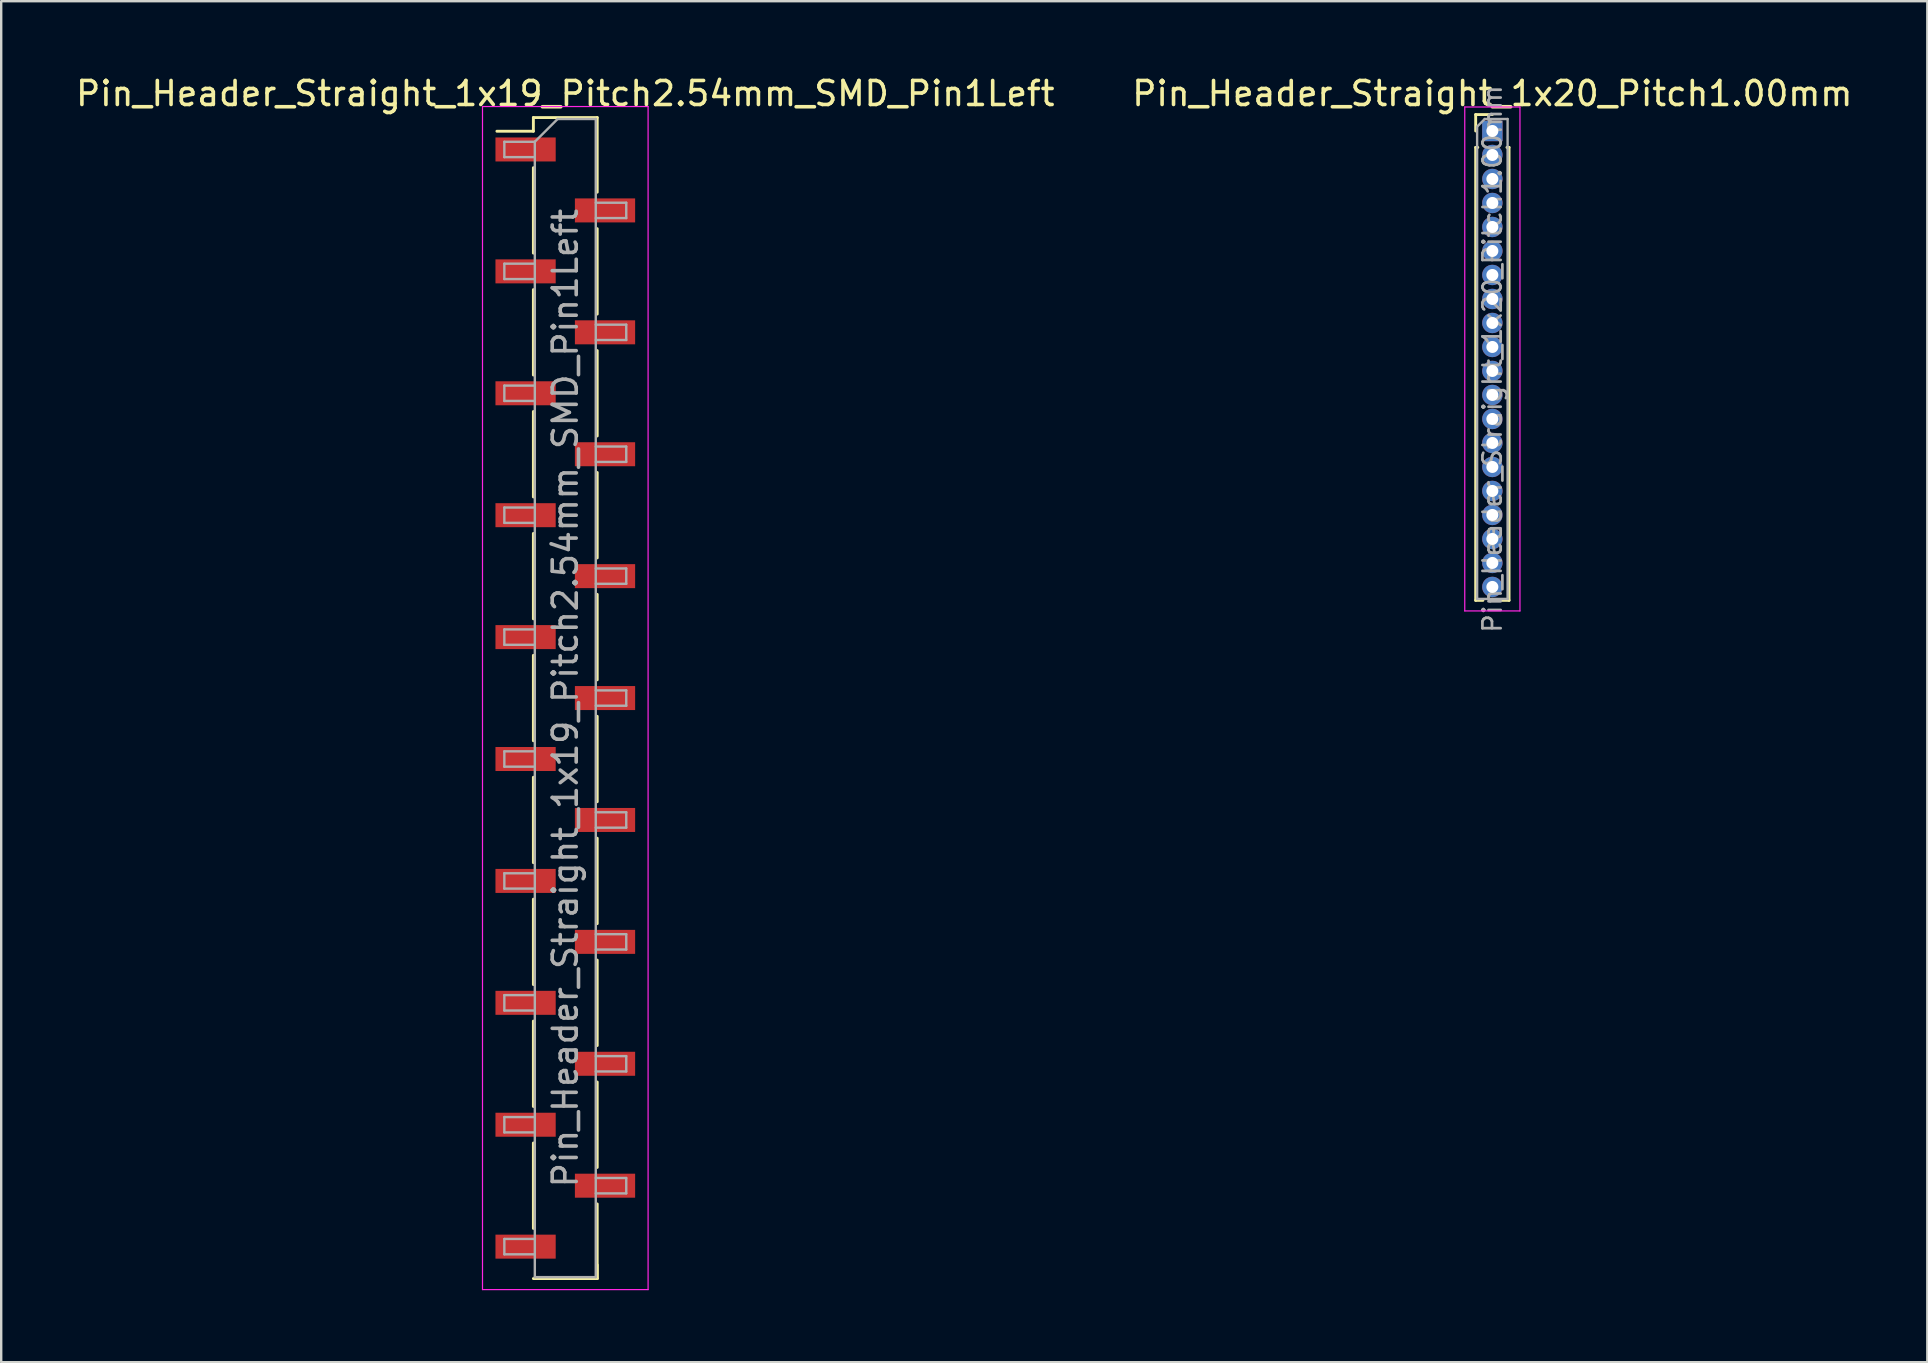
<source format=kicad_pcb>
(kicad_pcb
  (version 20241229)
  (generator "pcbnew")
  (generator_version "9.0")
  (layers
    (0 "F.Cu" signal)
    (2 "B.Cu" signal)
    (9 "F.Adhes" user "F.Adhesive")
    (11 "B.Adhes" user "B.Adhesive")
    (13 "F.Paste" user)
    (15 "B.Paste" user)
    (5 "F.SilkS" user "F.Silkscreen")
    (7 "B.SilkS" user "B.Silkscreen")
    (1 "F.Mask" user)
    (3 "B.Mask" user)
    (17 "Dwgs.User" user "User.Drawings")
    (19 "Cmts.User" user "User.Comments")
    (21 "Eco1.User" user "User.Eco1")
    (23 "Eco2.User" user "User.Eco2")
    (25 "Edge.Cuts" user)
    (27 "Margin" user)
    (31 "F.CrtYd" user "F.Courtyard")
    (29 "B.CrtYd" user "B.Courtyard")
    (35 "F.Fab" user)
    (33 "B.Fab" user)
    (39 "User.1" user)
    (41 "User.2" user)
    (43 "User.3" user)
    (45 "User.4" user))
  (footprint "Pin_Header_Straight_1x19_Pitch2.54mm_SMD_Pin1Left"
    (layer "F.Cu")
    (at 20.506 26.038)
    (property "Reference" "Pin_Header_Straight_1x19_Pitch2.54mm_SMD_Pin1Left" (at 0 -25.19 0) (layer "F.SilkS") (effects (font (size 1 1) (thickness 0.15))))
    (attr smd)
    (fp_line (start -1.33 -24.19) (end -1.33 -23.62) (stroke (width 0.12) (type solid)) (layer "F.SilkS"))
    (fp_line (start -1.33 -24.19) (end 1.33 -24.19) (stroke (width 0.12) (type solid)) (layer "F.SilkS"))
    (fp_line (start -1.33 -23.62) (end -2.85 -23.62) (stroke (width 0.12) (type solid)) (layer "F.SilkS"))
    (fp_line (start -1.33 -22.1) (end -1.33 -18.54) (stroke (width 0.12) (type solid)) (layer "F.SilkS"))
    (fp_line (start -1.33 -17.02) (end -1.33 -13.46) (stroke (width 0.12) (type solid)) (layer "F.SilkS"))
    (fp_line (start -1.33 -11.94) (end -1.33 -8.38) (stroke (width 0.12) (type solid)) (layer "F.SilkS"))
    (fp_line (start -1.33 -6.86) (end -1.33 -3.3) (stroke (width 0.12) (type solid)) (layer "F.SilkS"))
    (fp_line (start -1.33 -1.78) (end -1.33 1.78) (stroke (width 0.12) (type solid)) (layer "F.SilkS"))
    (fp_line (start -1.33 3.3) (end -1.33 6.86) (stroke (width 0.12) (type solid)) (layer "F.SilkS"))
    (fp_line (start -1.33 8.38) (end -1.33 11.94) (stroke (width 0.12) (type solid)) (layer "F.SilkS"))
    (fp_line (start -1.33 13.46) (end -1.33 17.02) (stroke (width 0.12) (type solid)) (layer "F.SilkS"))
    (fp_line (start -1.33 18.54) (end -1.33 22.1) (stroke (width 0.12) (type solid)) (layer "F.SilkS"))
    (fp_line (start -1.33 24.19) (end 1.33 24.19) (stroke (width 0.12) (type solid)) (layer "F.SilkS"))
    (fp_line (start 1.33 -24.19) (end 1.33 -21.08) (stroke (width 0.12) (type solid)) (layer "F.SilkS"))
    (fp_line (start 1.33 -19.56) (end 1.33 -16) (stroke (width 0.12) (type solid)) (layer "F.SilkS"))
    (fp_line (start 1.33 -14.48) (end 1.33 -10.92) (stroke (width 0.12) (type solid)) (layer "F.SilkS"))
    (fp_line (start 1.33 -9.4) (end 1.33 -5.84) (stroke (width 0.12) (type solid)) (layer "F.SilkS"))
    (fp_line (start 1.33 -4.32) (end 1.33 -0.76) (stroke (width 0.12) (type solid)) (layer "F.SilkS"))
    (fp_line (start 1.33 0.76) (end 1.33 4.32) (stroke (width 0.12) (type solid)) (layer "F.SilkS"))
    (fp_line (start 1.33 5.84) (end 1.33 9.4) (stroke (width 0.12) (type solid)) (layer "F.SilkS"))
    (fp_line (start 1.33 10.92) (end 1.33 14.48) (stroke (width 0.12) (type solid)) (layer "F.SilkS"))
    (fp_line (start 1.33 16) (end 1.33 19.56) (stroke (width 0.12) (type solid)) (layer "F.SilkS"))
    (fp_line (start 1.33 21.08) (end 1.33 24.19) (stroke (width 0.12) (type solid)) (layer "F.SilkS"))
    (fp_line (start 1.33 23.62) (end 1.33 24.19) (stroke (width 0.12) (type solid)) (layer "F.SilkS"))
    (fp_line (start -3.45 -24.65) (end -3.45 24.65) (stroke (width 0.05) (type solid)) (layer "F.CrtYd"))
    (fp_line (start -3.45 24.65) (end 3.45 24.65) (stroke (width 0.05) (type solid)) (layer "F.CrtYd"))
    (fp_line (start 3.45 -24.65) (end -3.45 -24.65) (stroke (width 0.05) (type solid)) (layer "F.CrtYd"))
    (fp_line (start 3.45 24.65) (end 3.45 -24.65) (stroke (width 0.05) (type solid)) (layer "F.CrtYd"))
    (fp_line (start -2.54 -23.18) (end -2.54 -22.54) (stroke (width 0.1) (type solid)) (layer "F.Fab"))
    (fp_line (start -2.54 -22.54) (end -1.27 -22.54) (stroke (width 0.1) (type solid)) (layer "F.Fab"))
    (fp_line (start -2.54 -18.1) (end -2.54 -17.46) (stroke (width 0.1) (type solid)) (layer "F.Fab"))
    (fp_line (start -2.54 -17.46) (end -1.27 -17.46) (stroke (width 0.1) (type solid)) (layer "F.Fab"))
    (fp_line (start -2.54 -13.02) (end -2.54 -12.38) (stroke (width 0.1) (type solid)) (layer "F.Fab"))
    (fp_line (start -2.54 -12.38) (end -1.27 -12.38) (stroke (width 0.1) (type solid)) (layer "F.Fab"))
    (fp_line (start -2.54 -7.94) (end -2.54 -7.3) (stroke (width 0.1) (type solid)) (layer "F.Fab"))
    (fp_line (start -2.54 -7.3) (end -1.27 -7.3) (stroke (width 0.1) (type solid)) (layer "F.Fab"))
    (fp_line (start -2.54 -2.86) (end -2.54 -2.22) (stroke (width 0.1) (type solid)) (layer "F.Fab"))
    (fp_line (start -2.54 -2.22) (end -1.27 -2.22) (stroke (width 0.1) (type solid)) (layer "F.Fab"))
    (fp_line (start -2.54 2.22) (end -2.54 2.86) (stroke (width 0.1) (type solid)) (layer "F.Fab"))
    (fp_line (start -2.54 2.86) (end -1.27 2.86) (stroke (width 0.1) (type solid)) (layer "F.Fab"))
    (fp_line (start -2.54 7.3) (end -2.54 7.94) (stroke (width 0.1) (type solid)) (layer "F.Fab"))
    (fp_line (start -2.54 7.94) (end -1.27 7.94) (stroke (width 0.1) (type solid)) (layer "F.Fab"))
    (fp_line (start -2.54 12.38) (end -2.54 13.02) (stroke (width 0.1) (type solid)) (layer "F.Fab"))
    (fp_line (start -2.54 13.02) (end -1.27 13.02) (stroke (width 0.1) (type solid)) (layer "F.Fab"))
    (fp_line (start -2.54 17.46) (end -2.54 18.1) (stroke (width 0.1) (type solid)) (layer "F.Fab"))
    (fp_line (start -2.54 18.1) (end -1.27 18.1) (stroke (width 0.1) (type solid)) (layer "F.Fab"))
    (fp_line (start -2.54 22.54) (end -2.54 23.18) (stroke (width 0.1) (type solid)) (layer "F.Fab"))
    (fp_line (start -2.54 23.18) (end -1.27 23.18) (stroke (width 0.1) (type solid)) (layer "F.Fab"))
    (fp_line (start -1.27 -23.18) (end -2.54 -23.18) (stroke (width 0.1) (type solid)) (layer "F.Fab"))
    (fp_line (start -1.27 -23.18) (end -0.32 -24.13) (stroke (width 0.1) (type solid)) (layer "F.Fab"))
    (fp_line (start -1.27 -18.1) (end -2.54 -18.1) (stroke (width 0.1) (type solid)) (layer "F.Fab"))
    (fp_line (start -1.27 -13.02) (end -2.54 -13.02) (stroke (width 0.1) (type solid)) (layer "F.Fab"))
    (fp_line (start -1.27 -7.94) (end -2.54 -7.94) (stroke (width 0.1) (type solid)) (layer "F.Fab"))
    (fp_line (start -1.27 -2.86) (end -2.54 -2.86) (stroke (width 0.1) (type solid)) (layer "F.Fab"))
    (fp_line (start -1.27 2.22) (end -2.54 2.22) (stroke (width 0.1) (type solid)) (layer "F.Fab"))
    (fp_line (start -1.27 7.3) (end -2.54 7.3) (stroke (width 0.1) (type solid)) (layer "F.Fab"))
    (fp_line (start -1.27 12.38) (end -2.54 12.38) (stroke (width 0.1) (type solid)) (layer "F.Fab"))
    (fp_line (start -1.27 17.46) (end -2.54 17.46) (stroke (width 0.1) (type solid)) (layer "F.Fab"))
    (fp_line (start -1.27 22.54) (end -2.54 22.54) (stroke (width 0.1) (type solid)) (layer "F.Fab"))
    (fp_line (start -1.27 24.13) (end -1.27 -23.18) (stroke (width 0.1) (type solid)) (layer "F.Fab"))
    (fp_line (start -0.32 -24.13) (end 1.27 -24.13) (stroke (width 0.1) (type solid)) (layer "F.Fab"))
    (fp_line (start 1.27 -24.13) (end 1.27 24.13) (stroke (width 0.1) (type solid)) (layer "F.Fab"))
    (fp_line (start 1.27 -20.64) (end 2.54 -20.64) (stroke (width 0.1) (type solid)) (layer "F.Fab"))
    (fp_line (start 1.27 -15.56) (end 2.54 -15.56) (stroke (width 0.1) (type solid)) (layer "F.Fab"))
    (fp_line (start 1.27 -10.48) (end 2.54 -10.48) (stroke (width 0.1) (type solid)) (layer "F.Fab"))
    (fp_line (start 1.27 -5.4) (end 2.54 -5.4) (stroke (width 0.1) (type solid)) (layer "F.Fab"))
    (fp_line (start 1.27 -0.32) (end 2.54 -0.32) (stroke (width 0.1) (type solid)) (layer "F.Fab"))
    (fp_line (start 1.27 4.76) (end 2.54 4.76) (stroke (width 0.1) (type solid)) (layer "F.Fab"))
    (fp_line (start 1.27 9.84) (end 2.54 9.84) (stroke (width 0.1) (type solid)) (layer "F.Fab"))
    (fp_line (start 1.27 14.92) (end 2.54 14.92) (stroke (width 0.1) (type solid)) (layer "F.Fab"))
    (fp_line (start 1.27 20) (end 2.54 20) (stroke (width 0.1) (type solid)) (layer "F.Fab"))
    (fp_line (start 1.27 24.13) (end -1.27 24.13) (stroke (width 0.1) (type solid)) (layer "F.Fab"))
    (fp_line (start 2.54 -20.64) (end 2.54 -20) (stroke (width 0.1) (type solid)) (layer "F.Fab"))
    (fp_line (start 2.54 -20) (end 1.27 -20) (stroke (width 0.1) (type solid)) (layer "F.Fab"))
    (fp_line (start 2.54 -15.56) (end 2.54 -14.92) (stroke (width 0.1) (type solid)) (layer "F.Fab"))
    (fp_line (start 2.54 -14.92) (end 1.27 -14.92) (stroke (width 0.1) (type solid)) (layer "F.Fab"))
    (fp_line (start 2.54 -10.48) (end 2.54 -9.84) (stroke (width 0.1) (type solid)) (layer "F.Fab"))
    (fp_line (start 2.54 -9.84) (end 1.27 -9.84) (stroke (width 0.1) (type solid)) (layer "F.Fab"))
    (fp_line (start 2.54 -5.4) (end 2.54 -4.76) (stroke (width 0.1) (type solid)) (layer "F.Fab"))
    (fp_line (start 2.54 -4.76) (end 1.27 -4.76) (stroke (width 0.1) (type solid)) (layer "F.Fab"))
    (fp_line (start 2.54 -0.32) (end 2.54 0.32) (stroke (width 0.1) (type solid)) (layer "F.Fab"))
    (fp_line (start 2.54 0.32) (end 1.27 0.32) (stroke (width 0.1) (type solid)) (layer "F.Fab"))
    (fp_line (start 2.54 4.76) (end 2.54 5.4) (stroke (width 0.1) (type solid)) (layer "F.Fab"))
    (fp_line (start 2.54 5.4) (end 1.27 5.4) (stroke (width 0.1) (type solid)) (layer "F.Fab"))
    (fp_line (start 2.54 9.84) (end 2.54 10.48) (stroke (width 0.1) (type solid)) (layer "F.Fab"))
    (fp_line (start 2.54 10.48) (end 1.27 10.48) (stroke (width 0.1) (type solid)) (layer "F.Fab"))
    (fp_line (start 2.54 14.92) (end 2.54 15.56) (stroke (width 0.1) (type solid)) (layer "F.Fab"))
    (fp_line (start 2.54 15.56) (end 1.27 15.56) (stroke (width 0.1) (type solid)) (layer "F.Fab"))
    (fp_line (start 2.54 20) (end 2.54 20.64) (stroke (width 0.1) (type solid)) (layer "F.Fab"))
    (fp_line (start 2.54 20.64) (end 1.27 20.64) (stroke (width 0.1) (type solid)) (layer "F.Fab"))
    (fp_text user "${REFERENCE}" (at 0 0 90) (layer "F.Fab") (effects (font (size 1 1) (thickness 0.15))))
    (pad "1" smd rect (at -1.655 -22.86) (size 2.51 1) (layers "F.Cu" "F.Mask" "F.Paste"))
    (pad "2" smd rect (at 1.655 -20.32) (size 2.51 1) (layers "F.Cu" "F.Mask" "F.Paste"))
    (pad "3" smd rect (at -1.655 -17.78) (size 2.51 1) (layers "F.Cu" "F.Mask" "F.Paste"))
    (pad "4" smd rect (at 1.655 -15.24) (size 2.51 1) (layers "F.Cu" "F.Mask" "F.Paste"))
    (pad "5" smd rect (at -1.655 -12.7) (size 2.51 1) (layers "F.Cu" "F.Mask" "F.Paste"))
    (pad "6" smd rect (at 1.655 -10.16) (size 2.51 1) (layers "F.Cu" "F.Mask" "F.Paste"))
    (pad "7" smd rect (at -1.655 -7.62) (size 2.51 1) (layers "F.Cu" "F.Mask" "F.Paste"))
    (pad "8" smd rect (at 1.655 -5.08) (size 2.51 1) (layers "F.Cu" "F.Mask" "F.Paste"))
    (pad "9" smd rect (at -1.655 -2.54) (size 2.51 1) (layers "F.Cu" "F.Mask" "F.Paste"))
    (pad "10" smd rect (at 1.655 0) (size 2.51 1) (layers "F.Cu" "F.Mask" "F.Paste"))
    (pad "11" smd rect (at -1.655 2.54) (size 2.51 1) (layers "F.Cu" "F.Mask" "F.Paste"))
    (pad "12" smd rect (at 1.655 5.08) (size 2.51 1) (layers "F.Cu" "F.Mask" "F.Paste"))
    (pad "13" smd rect (at -1.655 7.62) (size 2.51 1) (layers "F.Cu" "F.Mask" "F.Paste"))
    (pad "14" smd rect (at 1.655 10.16) (size 2.51 1) (layers "F.Cu" "F.Mask" "F.Paste"))
    (pad "15" smd rect (at -1.655 12.7) (size 2.51 1) (layers "F.Cu" "F.Mask" "F.Paste"))
    (pad "16" smd rect (at 1.655 15.24) (size 2.51 1) (layers "F.Cu" "F.Mask" "F.Paste"))
    (pad "17" smd rect (at -1.655 17.78) (size 2.51 1) (layers "F.Cu" "F.Mask" "F.Paste"))
    (pad "18" smd rect (at 1.655 20.32) (size 2.51 1) (layers "F.Cu" "F.Mask" "F.Paste"))
    (pad "19" smd rect (at -1.655 22.86) (size 2.51 1) (layers "F.Cu" "F.Mask" "F.Paste")))
  (footprint "Pin_Header_Straight_1x20_Pitch1.00mm"
    (layer "F.Cu")
    (at 59.137 2.408)
    (property "Reference" "Pin_Header_Straight_1x20_Pitch1.00mm" (at 0 -1.56 0) (layer "F.SilkS") (effects (font (size 1 1) (thickness 0.15))))
    (attr through_hole)
    (fp_line (start -0.695 -0.685) (end 0 -0.685) (stroke (width 0.12) (type solid)) (layer "F.SilkS"))
    (fp_line (start -0.695 0) (end -0.695 -0.685) (stroke (width 0.12) (type solid)) (layer "F.SilkS"))
    (fp_line (start -0.695 0.685) (end -0.695 19.56) (stroke (width 0.12) (type solid)) (layer "F.SilkS"))
    (fp_line (start -0.695 0.685) (end -0.608 0.685) (stroke (width 0.12) (type solid)) (layer "F.SilkS"))
    (fp_line (start -0.695 19.56) (end -0.394 19.56) (stroke (width 0.12) (type solid)) (layer "F.SilkS"))
    (fp_line (start 0.394 19.56) (end 0.695 19.56) (stroke (width 0.12) (type solid)) (layer "F.SilkS"))
    (fp_line (start 0.608 0.685) (end 0.695 0.685) (stroke (width 0.12) (type solid)) (layer "F.SilkS"))
    (fp_line (start 0.695 0.685) (end 0.695 19.56) (stroke (width 0.12) (type solid)) (layer "F.SilkS"))
    (fp_line (start -1.15 -1) (end -1.15 20) (stroke (width 0.05) (type solid)) (layer "F.CrtYd"))
    (fp_line (start -1.15 20) (end 1.15 20) (stroke (width 0.05) (type solid)) (layer "F.CrtYd"))
    (fp_line (start 1.15 -1) (end -1.15 -1) (stroke (width 0.05) (type solid)) (layer "F.CrtYd"))
    (fp_line (start 1.15 20) (end 1.15 -1) (stroke (width 0.05) (type solid)) (layer "F.CrtYd"))
    (fp_line (start -0.635 -0.182) (end -0.318 -0.5) (stroke (width 0.1) (type solid)) (layer "F.Fab"))
    (fp_line (start -0.635 19.5) (end -0.635 -0.182) (stroke (width 0.1) (type solid)) (layer "F.Fab"))
    (fp_line (start -0.318 -0.5) (end 0.635 -0.5) (stroke (width 0.1) (type solid)) (layer "F.Fab"))
    (fp_line (start 0.635 -0.5) (end 0.635 19.5) (stroke (width 0.1) (type solid)) (layer "F.Fab"))
    (fp_line (start 0.635 19.5) (end -0.635 19.5) (stroke (width 0.1) (type solid)) (layer "F.Fab"))
    (fp_text user "${REFERENCE}" (at 0 9.5 90) (layer "F.Fab") (effects (font (size 0.76 0.76) (thickness 0.114))))
    (pad "1" thru_hole rect (at 0 0) (size 0.85 0.85) (drill 0.5) (layers "*.Cu" "*.Mask"))
    (pad "2" thru_hole oval (at 0 1) (size 0.85 0.85) (drill 0.5) (layers "*.Cu" "*.Mask"))
    (pad "3" thru_hole oval (at 0 2) (size 0.85 0.85) (drill 0.5) (layers "*.Cu" "*.Mask"))
    (pad "4" thru_hole oval (at 0 3) (size 0.85 0.85) (drill 0.5) (layers "*.Cu" "*.Mask"))
    (pad "5" thru_hole oval (at 0 4) (size 0.85 0.85) (drill 0.5) (layers "*.Cu" "*.Mask"))
    (pad "6" thru_hole oval (at 0 5) (size 0.85 0.85) (drill 0.5) (layers "*.Cu" "*.Mask"))
    (pad "7" thru_hole oval (at 0 6) (size 0.85 0.85) (drill 0.5) (layers "*.Cu" "*.Mask"))
    (pad "8" thru_hole oval (at 0 7) (size 0.85 0.85) (drill 0.5) (layers "*.Cu" "*.Mask"))
    (pad "9" thru_hole oval (at 0 8) (size 0.85 0.85) (drill 0.5) (layers "*.Cu" "*.Mask"))
    (pad "10" thru_hole oval (at 0 9) (size 0.85 0.85) (drill 0.5) (layers "*.Cu" "*.Mask"))
    (pad "11" thru_hole oval (at 0 10) (size 0.85 0.85) (drill 0.5) (layers "*.Cu" "*.Mask"))
    (pad "12" thru_hole oval (at 0 11) (size 0.85 0.85) (drill 0.5) (layers "*.Cu" "*.Mask"))
    (pad "13" thru_hole oval (at 0 12) (size 0.85 0.85) (drill 0.5) (layers "*.Cu" "*.Mask"))
    (pad "14" thru_hole oval (at 0 13) (size 0.85 0.85) (drill 0.5) (layers "*.Cu" "*.Mask"))
    (pad "15" thru_hole oval (at 0 14) (size 0.85 0.85) (drill 0.5) (layers "*.Cu" "*.Mask"))
    (pad "16" thru_hole oval (at 0 15) (size 0.85 0.85) (drill 0.5) (layers "*.Cu" "*.Mask"))
    (pad "17" thru_hole oval (at 0 16) (size 0.85 0.85) (drill 0.5) (layers "*.Cu" "*.Mask"))
    (pad "18" thru_hole oval (at 0 17) (size 0.85 0.85) (drill 0.5) (layers "*.Cu" "*.Mask"))
    (pad "19" thru_hole oval (at 0 18) (size 0.85 0.85) (drill 0.5) (layers "*.Cu" "*.Mask"))
    (pad "20" thru_hole oval (at 0 19) (size 0.85 0.85) (drill 0.5) (layers "*.Cu" "*.Mask")))
  (gr_rect
    (start -3 -3)
    (end 77.262 53.713)
    (stroke (width 0.1) (type default))
    (fill no)
    (layer "Edge.Cuts")))
</source>
